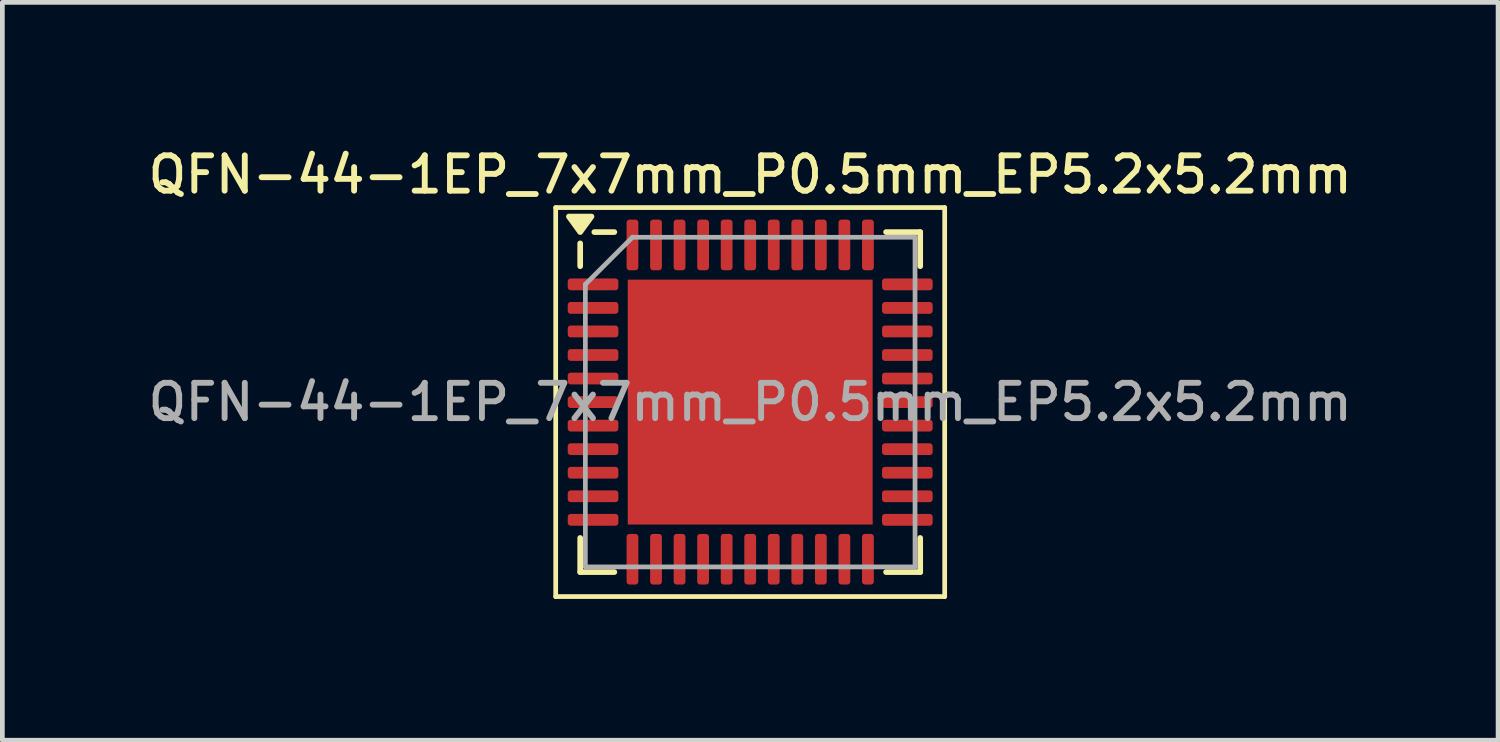
<source format=kicad_pcb>
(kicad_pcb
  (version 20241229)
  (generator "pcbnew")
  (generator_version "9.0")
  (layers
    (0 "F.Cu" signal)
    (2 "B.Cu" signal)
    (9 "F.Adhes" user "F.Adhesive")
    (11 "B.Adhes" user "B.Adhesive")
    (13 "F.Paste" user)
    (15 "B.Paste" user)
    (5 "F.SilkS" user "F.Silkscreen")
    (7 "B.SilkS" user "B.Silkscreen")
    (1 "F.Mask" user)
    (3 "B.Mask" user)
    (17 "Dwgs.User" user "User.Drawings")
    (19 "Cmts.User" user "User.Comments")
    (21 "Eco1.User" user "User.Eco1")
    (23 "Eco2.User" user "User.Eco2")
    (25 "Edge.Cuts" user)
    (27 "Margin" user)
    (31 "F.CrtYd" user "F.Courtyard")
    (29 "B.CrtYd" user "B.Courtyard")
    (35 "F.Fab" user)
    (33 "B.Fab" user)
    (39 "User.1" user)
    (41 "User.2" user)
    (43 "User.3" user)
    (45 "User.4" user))
  (footprint "QFN-44-1EP_7x7mm_P0.5mm_EP5.2x5.2mm"
    (layer "F.Cu")
    (at 12.88 5.488)
    (property "Reference" "QFN-44-1EP_7x7mm_P0.5mm_EP5.2x5.2mm" (at 0 -4.83 0) (layer "F.SilkS") (effects (font (size 0.75 0.75) (thickness 0.125))))
    (attr smd)
    (fp_line (start -4.13 -4.13) (end -4.13 4.13) (stroke (width 0.1) (type solid)) (layer "F.SilkS"))
    (fp_line (start -4.13 4.13) (end 4.13 4.13) (stroke (width 0.1) (type solid)) (layer "F.SilkS"))
    (fp_line (start -3.61 -2.885) (end -3.61 -3.37) (stroke (width 0.12) (type solid)) (layer "F.SilkS"))
    (fp_line (start -3.61 3.61) (end -3.61 2.885) (stroke (width 0.12) (type solid)) (layer "F.SilkS"))
    (fp_line (start -2.885 -3.61) (end -3.31 -3.61) (stroke (width 0.12) (type solid)) (layer "F.SilkS"))
    (fp_line (start -2.885 3.61) (end -3.61 3.61) (stroke (width 0.12) (type solid)) (layer "F.SilkS"))
    (fp_line (start 2.885 -3.61) (end 3.61 -3.61) (stroke (width 0.12) (type solid)) (layer "F.SilkS"))
    (fp_line (start 2.885 3.61) (end 3.61 3.61) (stroke (width 0.12) (type solid)) (layer "F.SilkS"))
    (fp_line (start 3.61 -3.61) (end 3.61 -2.885) (stroke (width 0.12) (type solid)) (layer "F.SilkS"))
    (fp_line (start 3.61 3.61) (end 3.61 2.885) (stroke (width 0.12) (type solid)) (layer "F.SilkS"))
    (fp_line (start 4.13 -4.13) (end -4.13 -4.13) (stroke (width 0.1) (type solid)) (layer "F.SilkS"))
    (fp_line (start 4.13 4.13) (end 4.13 -4.13) (stroke (width 0.1) (type solid)) (layer "F.SilkS"))
    (fp_poly (pts (xy -3.61 -3.61) (xy -3.85 -3.94) (xy -3.37 -3.94) (xy -3.61 -3.61)) (stroke (width 0.12) (type solid)) (fill yes) (layer "F.SilkS"))
    (fp_line (start -3.5 -2.5) (end -2.5 -3.5) (stroke (width 0.1) (type solid)) (layer "F.Fab"))
    (fp_line (start -3.5 3.5) (end -3.5 -2.5) (stroke (width 0.1) (type solid)) (layer "F.Fab"))
    (fp_line (start -2.5 -3.5) (end 3.5 -3.5) (stroke (width 0.1) (type solid)) (layer "F.Fab"))
    (fp_line (start 3.5 -3.5) (end 3.5 3.5) (stroke (width 0.1) (type solid)) (layer "F.Fab"))
    (fp_line (start 3.5 3.5) (end -3.5 3.5) (stroke (width 0.1) (type solid)) (layer "F.Fab"))
    (fp_text user "${REFERENCE}" (at 0 0 0) (layer "F.Fab") (effects (font (size 0.75 0.75) (thickness 0.125))))
    (pad "" smd roundrect (at -1.95 -1.95) (size 1.05 1.05) (layers "F.Paste") (roundrect_rratio 0.238))
    (pad "" smd roundrect (at -1.95 -0.65) (size 1.05 1.05) (layers "F.Paste") (roundrect_rratio 0.238))
    (pad "" smd roundrect (at -1.95 0.65) (size 1.05 1.05) (layers "F.Paste") (roundrect_rratio 0.238))
    (pad "" smd roundrect (at -1.95 1.95) (size 1.05 1.05) (layers "F.Paste") (roundrect_rratio 0.238))
    (pad "" smd roundrect (at -0.65 -1.95) (size 1.05 1.05) (layers "F.Paste") (roundrect_rratio 0.238))
    (pad "" smd roundrect (at -0.65 -0.65) (size 1.05 1.05) (layers "F.Paste") (roundrect_rratio 0.238))
    (pad "" smd roundrect (at -0.65 0.65) (size 1.05 1.05) (layers "F.Paste") (roundrect_rratio 0.238))
    (pad "" smd roundrect (at -0.65 1.95) (size 1.05 1.05) (layers "F.Paste") (roundrect_rratio 0.238))
    (pad "" smd roundrect (at 0.65 -1.95) (size 1.05 1.05) (layers "F.Paste") (roundrect_rratio 0.238))
    (pad "" smd roundrect (at 0.65 -0.65) (size 1.05 1.05) (layers "F.Paste") (roundrect_rratio 0.238))
    (pad "" smd roundrect (at 0.65 0.65) (size 1.05 1.05) (layers "F.Paste") (roundrect_rratio 0.238))
    (pad "" smd roundrect (at 0.65 1.95) (size 1.05 1.05) (layers "F.Paste") (roundrect_rratio 0.238))
    (pad "" smd roundrect (at 1.95 -1.95) (size 1.05 1.05) (layers "F.Paste") (roundrect_rratio 0.238))
    (pad "" smd roundrect (at 1.95 -0.65) (size 1.05 1.05) (layers "F.Paste") (roundrect_rratio 0.238))
    (pad "" smd roundrect (at 1.95 0.65) (size 1.05 1.05) (layers "F.Paste") (roundrect_rratio 0.238))
    (pad "" smd roundrect (at 1.95 1.95) (size 1.05 1.05) (layers "F.Paste") (roundrect_rratio 0.238))
    (pad "1" smd roundrect (at -3.337 -2.5) (size 1.075 0.25) (layers "F.Cu" "F.Mask" "F.Paste") (roundrect_rratio 0.25))
    (pad "2" smd roundrect (at -3.337 -2) (size 1.075 0.25) (layers "F.Cu" "F.Mask" "F.Paste") (roundrect_rratio 0.25))
    (pad "3" smd roundrect (at -3.337 -1.5) (size 1.075 0.25) (layers "F.Cu" "F.Mask" "F.Paste") (roundrect_rratio 0.25))
    (pad "4" smd roundrect (at -3.337 -1) (size 1.075 0.25) (layers "F.Cu" "F.Mask" "F.Paste") (roundrect_rratio 0.25))
    (pad "5" smd roundrect (at -3.337 -0.5) (size 1.075 0.25) (layers "F.Cu" "F.Mask" "F.Paste") (roundrect_rratio 0.25))
    (pad "6" smd roundrect (at -3.337 0) (size 1.075 0.25) (layers "F.Cu" "F.Mask" "F.Paste") (roundrect_rratio 0.25))
    (pad "7" smd roundrect (at -3.337 0.5) (size 1.075 0.25) (layers "F.Cu" "F.Mask" "F.Paste") (roundrect_rratio 0.25))
    (pad "8" smd roundrect (at -3.337 1) (size 1.075 0.25) (layers "F.Cu" "F.Mask" "F.Paste") (roundrect_rratio 0.25))
    (pad "9" smd roundrect (at -3.337 1.5) (size 1.075 0.25) (layers "F.Cu" "F.Mask" "F.Paste") (roundrect_rratio 0.25))
    (pad "10" smd roundrect (at -3.337 2) (size 1.075 0.25) (layers "F.Cu" "F.Mask" "F.Paste") (roundrect_rratio 0.25))
    (pad "11" smd roundrect (at -3.337 2.5) (size 1.075 0.25) (layers "F.Cu" "F.Mask" "F.Paste") (roundrect_rratio 0.25))
    (pad "12" smd roundrect (at -2.5 3.337) (size 0.25 1.075) (layers "F.Cu" "F.Mask" "F.Paste") (roundrect_rratio 0.25))
    (pad "13" smd roundrect (at -2 3.337) (size 0.25 1.075) (layers "F.Cu" "F.Mask" "F.Paste") (roundrect_rratio 0.25))
    (pad "14" smd roundrect (at -1.5 3.337) (size 0.25 1.075) (layers "F.Cu" "F.Mask" "F.Paste") (roundrect_rratio 0.25))
    (pad "15" smd roundrect (at -1 3.337) (size 0.25 1.075) (layers "F.Cu" "F.Mask" "F.Paste") (roundrect_rratio 0.25))
    (pad "16" smd roundrect (at -0.5 3.337) (size 0.25 1.075) (layers "F.Cu" "F.Mask" "F.Paste") (roundrect_rratio 0.25))
    (pad "17" smd roundrect (at 0 3.337) (size 0.25 1.075) (layers "F.Cu" "F.Mask" "F.Paste") (roundrect_rratio 0.25))
    (pad "18" smd roundrect (at 0.5 3.337) (size 0.25 1.075) (layers "F.Cu" "F.Mask" "F.Paste") (roundrect_rratio 0.25))
    (pad "19" smd roundrect (at 1 3.337) (size 0.25 1.075) (layers "F.Cu" "F.Mask" "F.Paste") (roundrect_rratio 0.25))
    (pad "20" smd roundrect (at 1.5 3.337) (size 0.25 1.075) (layers "F.Cu" "F.Mask" "F.Paste") (roundrect_rratio 0.25))
    (pad "21" smd roundrect (at 2 3.337) (size 0.25 1.075) (layers "F.Cu" "F.Mask" "F.Paste") (roundrect_rratio 0.25))
    (pad "22" smd roundrect (at 2.5 3.337) (size 0.25 1.075) (layers "F.Cu" "F.Mask" "F.Paste") (roundrect_rratio 0.25))
    (pad "23" smd roundrect (at 3.337 2.5) (size 1.075 0.25) (layers "F.Cu" "F.Mask" "F.Paste") (roundrect_rratio 0.25))
    (pad "24" smd roundrect (at 3.337 2) (size 1.075 0.25) (layers "F.Cu" "F.Mask" "F.Paste") (roundrect_rratio 0.25))
    (pad "25" smd roundrect (at 3.337 1.5) (size 1.075 0.25) (layers "F.Cu" "F.Mask" "F.Paste") (roundrect_rratio 0.25))
    (pad "26" smd roundrect (at 3.337 1) (size 1.075 0.25) (layers "F.Cu" "F.Mask" "F.Paste") (roundrect_rratio 0.25))
    (pad "27" smd roundrect (at 3.337 0.5) (size 1.075 0.25) (layers "F.Cu" "F.Mask" "F.Paste") (roundrect_rratio 0.25))
    (pad "28" smd roundrect (at 3.337 0) (size 1.075 0.25) (layers "F.Cu" "F.Mask" "F.Paste") (roundrect_rratio 0.25))
    (pad "29" smd roundrect (at 3.337 -0.5) (size 1.075 0.25) (layers "F.Cu" "F.Mask" "F.Paste") (roundrect_rratio 0.25))
    (pad "30" smd roundrect (at 3.337 -1) (size 1.075 0.25) (layers "F.Cu" "F.Mask" "F.Paste") (roundrect_rratio 0.25))
    (pad "31" smd roundrect (at 3.337 -1.5) (size 1.075 0.25) (layers "F.Cu" "F.Mask" "F.Paste") (roundrect_rratio 0.25))
    (pad "32" smd roundrect (at 3.337 -2) (size 1.075 0.25) (layers "F.Cu" "F.Mask" "F.Paste") (roundrect_rratio 0.25))
    (pad "33" smd roundrect (at 3.337 -2.5) (size 1.075 0.25) (layers "F.Cu" "F.Mask" "F.Paste") (roundrect_rratio 0.25))
    (pad "34" smd roundrect (at 2.5 -3.337) (size 0.25 1.075) (layers "F.Cu" "F.Mask" "F.Paste") (roundrect_rratio 0.25))
    (pad "35" smd roundrect (at 2 -3.337) (size 0.25 1.075) (layers "F.Cu" "F.Mask" "F.Paste") (roundrect_rratio 0.25))
    (pad "36" smd roundrect (at 1.5 -3.337) (size 0.25 1.075) (layers "F.Cu" "F.Mask" "F.Paste") (roundrect_rratio 0.25))
    (pad "37" smd roundrect (at 1 -3.337) (size 0.25 1.075) (layers "F.Cu" "F.Mask" "F.Paste") (roundrect_rratio 0.25))
    (pad "38" smd roundrect (at 0.5 -3.337) (size 0.25 1.075) (layers "F.Cu" "F.Mask" "F.Paste") (roundrect_rratio 0.25))
    (pad "39" smd roundrect (at 0 -3.337) (size 0.25 1.075) (layers "F.Cu" "F.Mask" "F.Paste") (roundrect_rratio 0.25))
    (pad "40" smd roundrect (at -0.5 -3.337) (size 0.25 1.075) (layers "F.Cu" "F.Mask" "F.Paste") (roundrect_rratio 0.25))
    (pad "41" smd roundrect (at -1 -3.337) (size 0.25 1.075) (layers "F.Cu" "F.Mask" "F.Paste") (roundrect_rratio 0.25))
    (pad "42" smd roundrect (at -1.5 -3.337) (size 0.25 1.075) (layers "F.Cu" "F.Mask" "F.Paste") (roundrect_rratio 0.25))
    (pad "43" smd roundrect (at -2 -3.337) (size 0.25 1.075) (layers "F.Cu" "F.Mask" "F.Paste") (roundrect_rratio 0.25))
    (pad "44" smd roundrect (at -2.5 -3.337) (size 0.25 1.075) (layers "F.Cu" "F.Mask" "F.Paste") (roundrect_rratio 0.25))
    (pad "45" smd rect (at 0 0) (size 5.2 5.2) (property pad_prop_heatsink) (layers "F.Cu" "F.Mask")))
  (gr_rect
    (start -3 -3)
    (end 28.761 12.668)
    (stroke (width 0.1) (type default))
    (fill no)
    (layer "Edge.Cuts")))
</source>
